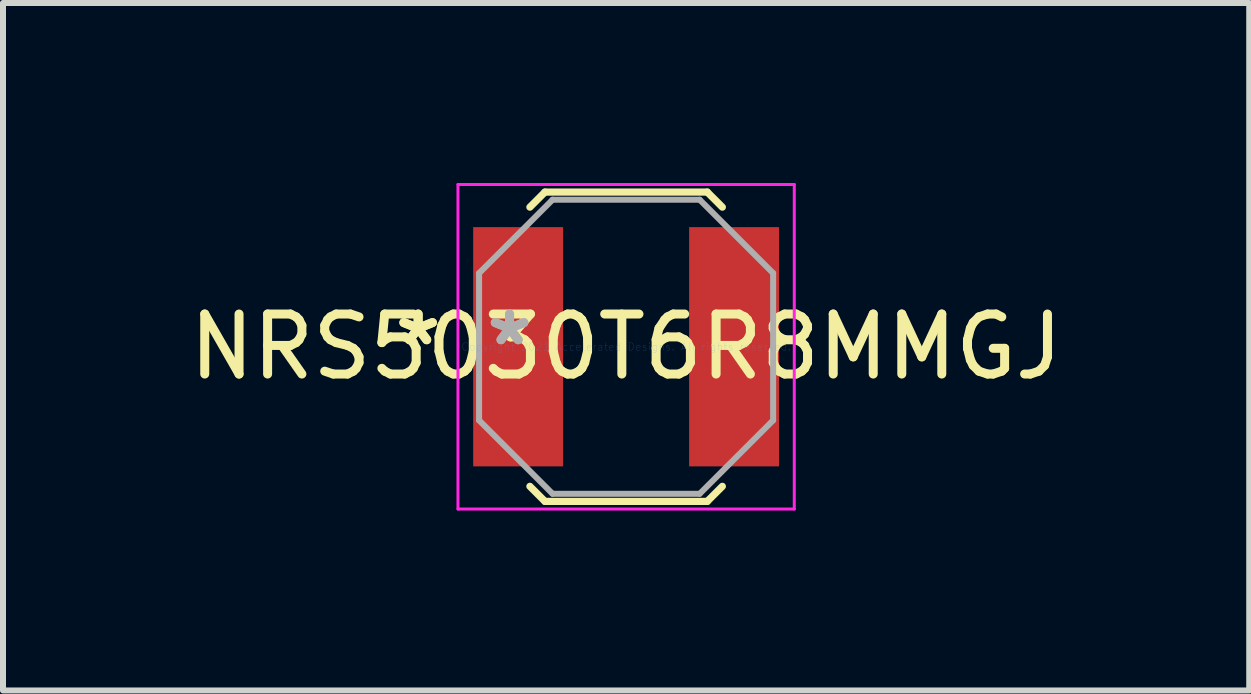
<source format=kicad_pcb>
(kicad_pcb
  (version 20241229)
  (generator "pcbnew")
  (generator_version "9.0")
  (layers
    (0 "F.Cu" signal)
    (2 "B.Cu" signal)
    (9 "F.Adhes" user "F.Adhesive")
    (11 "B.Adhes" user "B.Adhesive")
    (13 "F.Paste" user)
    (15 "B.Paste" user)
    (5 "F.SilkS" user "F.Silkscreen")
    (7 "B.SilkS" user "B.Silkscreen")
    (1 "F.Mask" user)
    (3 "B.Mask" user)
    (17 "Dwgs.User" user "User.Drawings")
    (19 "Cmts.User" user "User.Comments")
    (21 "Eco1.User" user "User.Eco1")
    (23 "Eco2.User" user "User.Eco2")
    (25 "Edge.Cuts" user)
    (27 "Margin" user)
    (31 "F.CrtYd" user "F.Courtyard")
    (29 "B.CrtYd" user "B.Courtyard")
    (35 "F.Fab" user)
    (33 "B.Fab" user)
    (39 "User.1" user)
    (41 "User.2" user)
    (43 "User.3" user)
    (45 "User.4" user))
  (footprint "NRS5030T6R8MMGJ"
    (layer "F.Cu")
    (at 7.387 2.73)
    (property "Reference" "NRS5030T6R8MMGJ" (at 0 0 0) (layer "F.SilkS") (effects (font (size 1 1) (thickness 0.15))))
    (attr through_hole)
    (fp_line (start -1.604 2.327) (end -1.353 2.578) (stroke (width 0.12) (type solid)) (layer "F.SilkS"))
    (fp_line (start -1.353 -2.578) (end -1.604 -2.327) (stroke (width 0.12) (type solid)) (layer "F.SilkS"))
    (fp_line (start -1.353 2.578) (end 1.353 2.578) (stroke (width 0.12) (type solid)) (layer "F.SilkS"))
    (fp_line (start 1.353 -2.578) (end -1.353 -2.578) (stroke (width 0.12) (type solid)) (layer "F.SilkS"))
    (fp_line (start 1.353 2.578) (end 1.604 2.327) (stroke (width 0.12) (type solid)) (layer "F.SilkS"))
    (fp_line (start 1.604 -2.327) (end 1.353 -2.578) (stroke (width 0.12) (type solid)) (layer "F.SilkS"))
    (fp_line (start -2.803 -2.705) (end 2.803 -2.705) (stroke (width 0.05) (type solid)) (layer "F.CrtYd"))
    (fp_line (start -2.803 2.705) (end -2.803 -2.705) (stroke (width 0.05) (type solid)) (layer "F.CrtYd"))
    (fp_line (start 2.803 -2.705) (end 2.803 2.705) (stroke (width 0.05) (type solid)) (layer "F.CrtYd"))
    (fp_line (start 2.803 2.705) (end -2.803 2.705) (stroke (width 0.05) (type solid)) (layer "F.CrtYd"))
    (fp_line (start -2.451 -1.226) (end -2.451 1.226) (stroke (width 0.1) (type solid)) (layer "F.Fab"))
    (fp_line (start -2.451 1.226) (end -1.226 2.451) (stroke (width 0.1) (type solid)) (layer "F.Fab"))
    (fp_line (start -1.226 -2.451) (end -2.451 -1.226) (stroke (width 0.1) (type solid)) (layer "F.Fab"))
    (fp_line (start -1.226 2.451) (end 1.226 2.451) (stroke (width 0.1) (type solid)) (layer "F.Fab"))
    (fp_line (start 1.226 -2.451) (end -1.226 -2.451) (stroke (width 0.1) (type solid)) (layer "F.Fab"))
    (fp_line (start 1.226 2.451) (end 2.451 1.226) (stroke (width 0.1) (type solid)) (layer "F.Fab"))
    (fp_line (start 2.451 -1.226) (end 1.226 -2.451) (stroke (width 0.1) (type solid)) (layer "F.Fab"))
    (fp_line (start 2.451 1.226) (end 2.451 -1.226) (stroke (width 0.1) (type solid)) (layer "F.Fab"))
    (fp_text user "*" (at -3.467 0 0) (layer "F.SilkS") (effects (font (size 1 1) (thickness 0.15))))
    (fp_text user "*" (at -3.467 0 0) (layer "F.SilkS") (effects (font (size 1 1) (thickness 0.15))))
    (fp_text user "Copyright 2021 Accelerated Designs. All rights reserved." (at 0 0 0) (layer "Cmts.User") (effects (font (size 0.127 0.127) (thickness 0.002))))
    (fp_text user "*" (at -1.943 0 0) (layer "F.Fab") (effects (font (size 1 1) (thickness 0.15))))
    (fp_text user "*" (at -1.943 0 0) (layer "F.Fab") (effects (font (size 1 1) (thickness 0.15))))
    (pad "1" smd rect (at -1.8 0) (size 1.499 3.988) (layers "F.Cu" "F.Mask" "F.Paste"))
    (pad "2" smd rect (at 1.8 0) (size 1.499 3.988) (layers "F.Cu" "F.Mask" "F.Paste")))
  (gr_rect
    (start -3 -3)
    (end 17.774 8.46)
    (stroke (width 0.1) (type default))
    (fill no)
    (layer "Edge.Cuts")))
</source>
